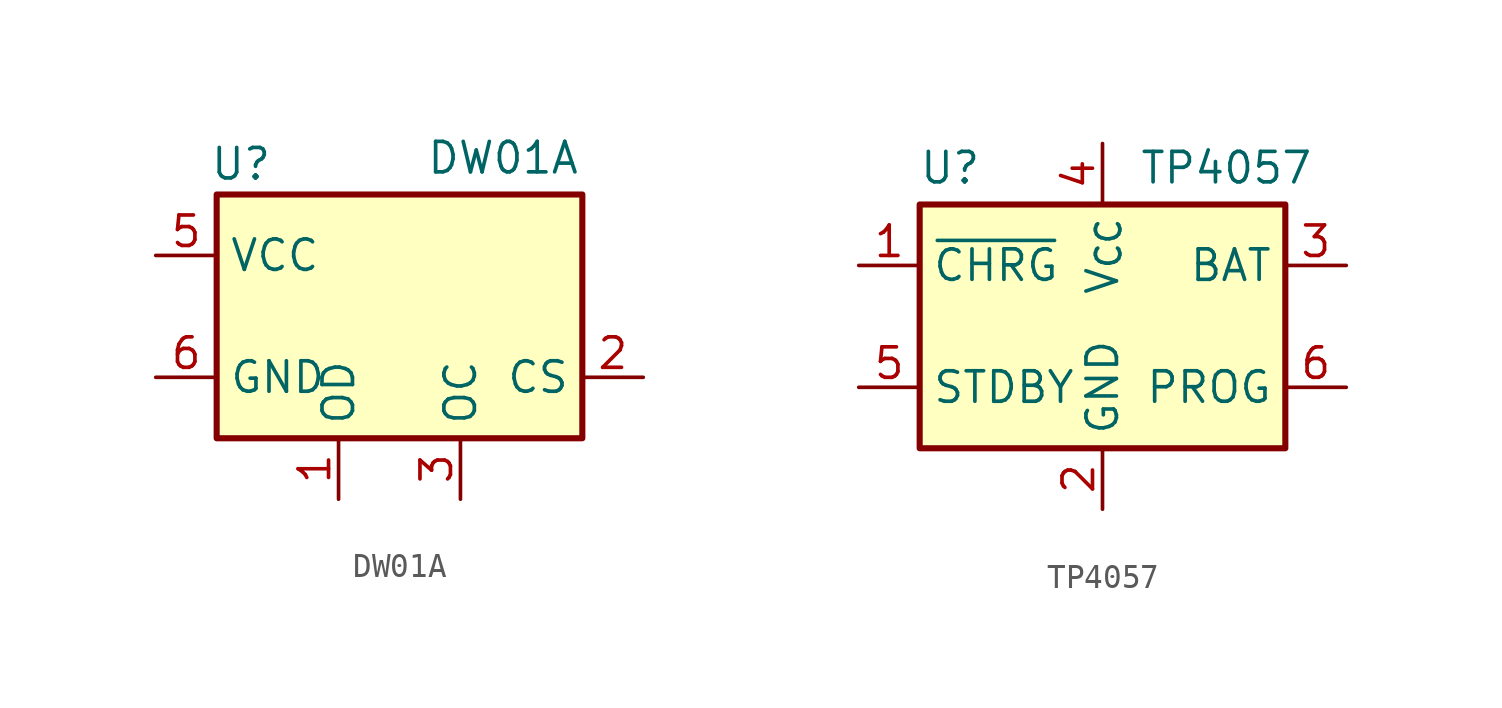
<source format=kicad_sym>
(kicad_symbol_lib
  (version 20231120)
  (generator "kicad_symbol_editor")
  (generator_version "8.0")
  (symbol "DW01A"
    (property "Reference" "U"
      (at -6.604 6.35 0)
      (effects (font (size 1.27 1.27))))
    (property "Value" "DW01A"
      (at 4.318 6.604 0)
      (effects (font (size 1.27 1.27))))
    (symbol "DW01A_1_1"
      (rectangle (start -7.62 5.08) (end 7.62 -5.08) (stroke (width 0.254) (type default)) (fill (type background)))
      (pin output line (at -2.54 -7.62 90) (length 2.54) (name "OD" (effects (font (size 1.27 1.27)))) (number "1" (effects (font (size 1.27 1.27)))) (alternate "DO" output line))
      (pin input line (at 10.16 -2.54 180) (length 2.54) (name "CS" (effects (font (size 1.27 1.27)))) (number "2" (effects (font (size 1.27 1.27)))) (alternate "VM" input line))
      (pin output line (at 2.54 -7.62 90) (length 2.54) (name "OC" (effects (font (size 1.27 1.27)))) (number "3" (effects (font (size 1.27 1.27)))) (alternate "CO" output line))
      (pin no_connect line (at 10.16 2.54 180) (length 2.54) hide (name "TD" (effects (font (size 1.27 1.27)))) (number "4" (effects (font (size 1.27 1.27)))))
      (pin power_in line (at -10.16 2.54 0) (length 2.54) (name "VCC" (effects (font (size 1.27 1.27)))) (number "5" (effects (font (size 1.27 1.27)))) (alternate "VDD" power_in line))
      (pin power_in line (at -10.16 -2.54 0) (length 2.54) (name "GND" (effects (font (size 1.27 1.27)))) (number "6" (effects (font (size 1.27 1.27)))) (alternate "VSS" power_in line))))
  (symbol "TP4057"
    (property "Reference" "U"
      (at -6.35 6.604 0)
      (effects (font (size 1.27 1.27))))
    (property "Value" "TP4057"
      (at 1.524 6.604 0)
      (effects (font (size 1.27 1.27)) (justify left)))
    (symbol "TP4057_0_1"
      (rectangle (start -7.62 5.08) (end 7.62 -5.08) (stroke (width 0.254) (type default)) (fill (type background))))
    (symbol "TP4057_1_1"
      (pin open_collector line (at -10.16 2.54 0) (length 2.54) (name "~{CHRG}" (effects (font (size 1.27 1.27)))) (number "1" (effects (font (size 1.27 1.27)))))
      (pin power_in line (at 0 -7.62 90) (length 2.54) (name "GND" (effects (font (size 1.27 1.27)))) (number "2" (effects (font (size 1.27 1.27)))))
      (pin power_out line (at 10.16 2.54 180) (length 2.54) (name "BAT" (effects (font (size 1.27 1.27)))) (number "3" (effects (font (size 1.27 1.27)))))
      (pin power_in line (at 0 7.62 270) (length 2.54) (name "V_{CC}" (effects (font (size 1.27 1.27)))) (number "4" (effects (font (size 1.27 1.27)))))
      (pin open_collector line (at -10.16 -2.54 0) (length 2.54) (name "STDBY" (effects (font (size 1.27 1.27)))) (number "5" (effects (font (size 1.27 1.27)))))
      (pin passive line (at 10.16 -2.54 180) (length 2.54) (name "PROG" (effects (font (size 1.27 1.27)))) (number "6" (effects (font (size 1.27 1.27))))))))
</source>
